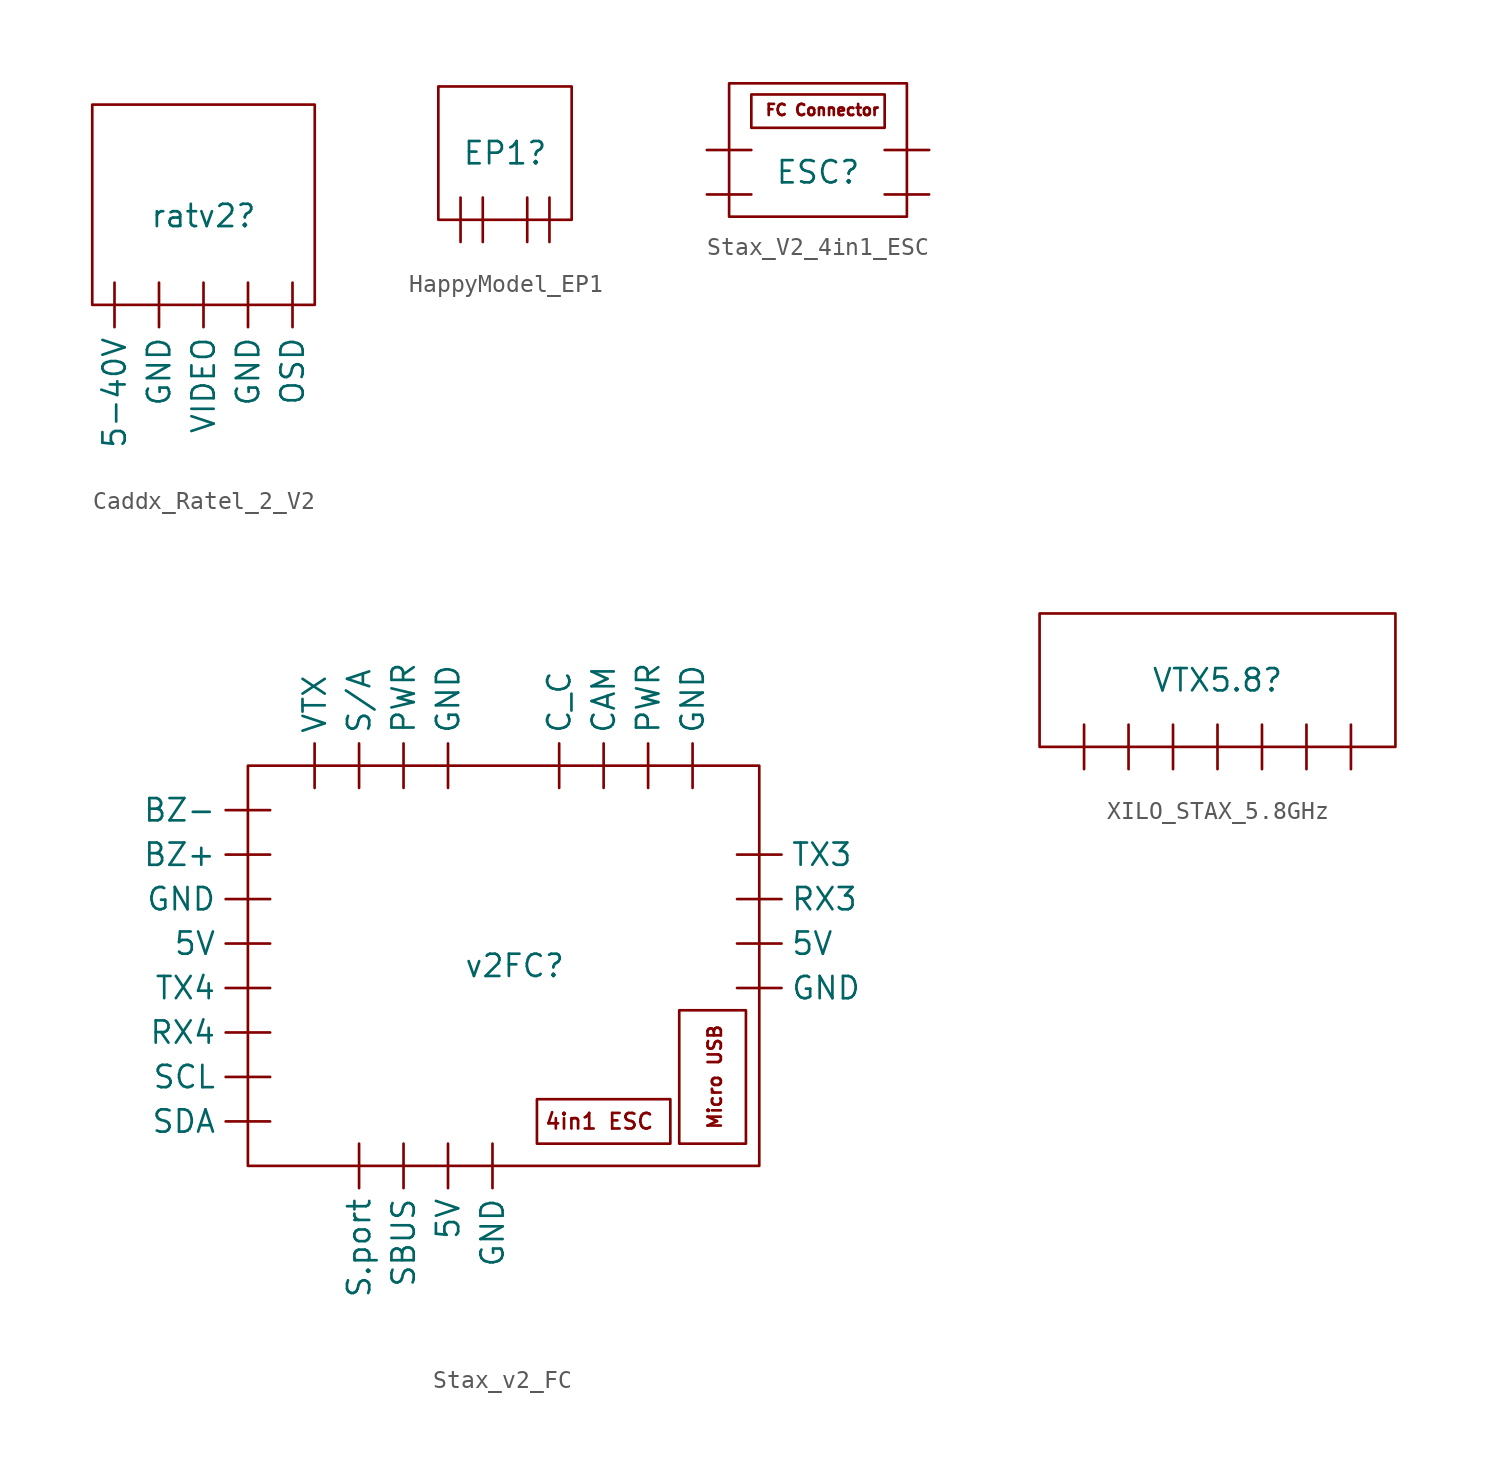
<source format=kicad_sym>
(kicad_symbol_lib
  (version 20241209)
  (generator "kicad_symbol_editor")
  (generator_version "9.0")
  (symbol "Caddx_Ratel_2_V2"
    (property "Reference" "ratv2"
      (at 0 0 0)
      (effects (font (size 1.27 1.27))))
    (property "Value" ""
      (at 0 0 0)
      (effects (font (size 1.27 1.27))))
    (symbol "Caddx_Ratel_2_V2_0_1"
      (rectangle (start 6.35 -5.08) (end -6.35 6.35) (stroke (width 0) (type default)) (fill (type none))))
    (symbol "Caddx_Ratel_2_V2_1_1"
      (pin power_in line (at -5.08 -3.81 270) (length 2.54) (name "5-40V" (effects (font (size 1.27 1.27)))) (number "" (effects (font (size 1.27 1.27)))))
      (pin passive line (at -2.54 -3.81 270) (length 2.54) (name "GND" (effects (font (size 1.27 1.27)))) (number "" (effects (font (size 1.27 1.27)))))
      (pin output line (at 0 -3.81 270) (length 2.54) (name "VIDEO" (effects (font (size 1.27 1.27)))) (number "" (effects (font (size 1.27 1.27)))))
      (pin passive line (at 2.54 -3.81 270) (length 2.54) (name "GND" (effects (font (size 1.27 1.27)))) (number "" (effects (font (size 1.27 1.27)))))
      (pin output line (at 5.08 -3.81 270) (length 2.54) (name "OSD" (effects (font (size 1.27 1.27)))) (number "" (effects (font (size 1.27 1.27)))))))
  (symbol "HappyModel_EP1"
    (property "Reference" "EP1"
      (at 0 0 0)
      (effects (font (size 1.27 1.27))))
    (property "Value" ""
      (at 0 0 0)
      (effects (font (size 1.27 1.27))))
    (symbol "HappyModel_EP1_0_1"
      (rectangle (start -3.81 3.81) (end 3.81 -3.81) (stroke (width 0) (type default)) (fill (type none))))
    (symbol "HappyModel_EP1_1_1"
      (pin passive line (at -2.54 -2.54 270) (length 2.54) (name "GND" (effects (font (size 0 0)))) (number "" (effects (font (size 1.27 1.27)))))
      (pin power_in line (at -1.27 -2.54 270) (length 2.54) (name "VCC" (effects (font (size 0 0)))) (number "" (effects (font (size 1.27 1.27)))))
      (pin output line (at 1.27 -2.54 270) (length 2.54) (name "TX" (effects (font (size 0 0)))) (number "" (effects (font (size 1.27 1.27)))))
      (pin input line (at 2.54 -2.54 270) (length 2.54) (name "RX" (effects (font (size 0 0)))) (number "" (effects (font (size 1.27 1.27)))))))
  (symbol "Stax_V2_4in1_ESC"
    (property "Reference" "ESC"
      (at 0 0 0)
      (effects (font (size 1.27 1.27))))
    (property "Value" ""
      (at 0 0 0)
      (effects (font (size 1.27 1.27))))
    (symbol "Stax_V2_4in1_ESC_0_1"
      (rectangle (start -5.08 5.08) (end 5.08 -2.54) (stroke (width 0) (type default)) (fill (type none)))
      (rectangle (start -3.81 4.445) (end 3.81 2.54) (stroke (width 0) (type default)) (fill (type none))))
    (symbol "Stax_V2_4in1_ESC_1_1"
      (text "FC Connector\n" (at 0.254 3.556 0) (effects (font (size 0.635 0.635))))
      (pin output line (at -3.81 1.27 180) (length 2.54) (name "Motor_4" (effects (font (size 0 0)))) (number "" (effects (font (size 1.27 1.27)))))
      (pin output line (at -3.81 -1.27 180) (length 2.54) (name "Motor_3" (effects (font (size 0 0)))) (number "" (effects (font (size 1.27 1.27)))))
      (pin output line (at 3.81 1.27 0) (length 2.54) (name "Motor_1" (effects (font (size 0 0)))) (number "" (effects (font (size 1.27 1.27)))))
      (pin output line (at 3.81 -1.27 0) (length 2.54) (name "Motor_2" (effects (font (size 0 0)))) (number "" (effects (font (size 1.27 1.27)))))))
  (symbol "Stax_v2_FC"
    (property "Reference" "v2FC"
      (at 0 0 0)
      (effects (font (size 1.27 1.27))))
    (property "Value" ""
      (at 0 0 0)
      (effects (font (size 1.27 1.27))))
    (symbol "Stax_v2_FC_0_1"
      (rectangle (start -15.24 11.43) (end 13.97 -11.43) (stroke (width 0) (type default)) (fill (type none)))
      (rectangle (start 8.89 -10.16) (end 1.27 -7.62) (stroke (width 0) (type default)) (fill (type none)))
      (rectangle (start 9.398 -2.54) (end 13.208 -10.16) (stroke (width 0) (type default)) (fill (type none))))
    (symbol "Stax_v2_FC_1_1"
      (text "4in1 ESC" (at 4.826 -8.89 0) (effects (font (size 0.889 0.889))))
      (text "Micro USB" (at 11.43 -6.35 900) (effects (font (size 0.762 0.762))))
      (pin passive line (at -13.97 8.89 180) (length 2.54) (name "BZ-" (effects (font (size 1.27 1.27)))) (number "" (effects (font (size 1.27 1.27)))))
      (pin power_out line (at -13.97 6.35 180) (length 2.54) (name "BZ+" (effects (font (size 1.27 1.27)))) (number "" (effects (font (size 1.27 1.27)))))
      (pin passive line (at -13.97 3.81 180) (length 2.54) (name "GND" (effects (font (size 1.27 1.27)))) (number "" (effects (font (size 1.27 1.27)))))
      (pin power_out line (at -13.97 1.27 180) (length 2.54) (name "5V" (effects (font (size 1.27 1.27)))) (number "" (effects (font (size 1.27 1.27)))))
      (pin output line (at -13.97 -1.27 180) (length 2.54) (name "TX4" (effects (font (size 1.27 1.27)))) (number "" (effects (font (size 1.27 1.27)))))
      (pin input line (at -13.97 -3.81 180) (length 2.54) (name "RX4" (effects (font (size 1.27 1.27)))) (number "" (effects (font (size 1.27 1.27)))))
      (pin output line (at -13.97 -6.35 180) (length 2.54) (name "SCL" (effects (font (size 1.27 1.27)))) (number "" (effects (font (size 1.27 1.27)))))
      (pin bidirectional line (at -13.97 -8.89 180) (length 2.54) (name "SDA" (effects (font (size 1.27 1.27)))) (number "" (effects (font (size 1.27 1.27)))))
      (pin input line (at -11.43 10.16 90) (length 2.54) (name "VTX" (effects (font (size 1.27 1.27)))) (number "" (effects (font (size 1.27 1.27)))))
      (pin input line (at -8.89 10.16 90) (length 2.54) (name "S/A" (effects (font (size 1.27 1.27)))) (number "" (effects (font (size 1.27 1.27)))))
      (pin bidirectional line (at -8.89 -10.16 270) (length 2.54) (name "S.port" (effects (font (size 1.27 1.27)))) (number "" (effects (font (size 1.27 1.27)))))
      (pin power_out line (at -6.35 10.16 90) (length 2.54) (name "PWR" (effects (font (size 1.27 1.27)))) (number "" (effects (font (size 1.27 1.27)))))
      (pin output line (at -6.35 -10.16 270) (length 2.54) (name "SBUS" (effects (font (size 1.27 1.27)))) (number "" (effects (font (size 1.27 1.27)))))
      (pin passive line (at -3.81 10.16 90) (length 2.54) (name "GND" (effects (font (size 1.27 1.27)))) (number "" (effects (font (size 1.27 1.27)))))
      (pin power_out line (at -3.81 -10.16 270) (length 2.54) (name "5V" (effects (font (size 1.27 1.27)))) (number "" (effects (font (size 1.27 1.27)))))
      (pin passive line (at -1.27 -10.16 270) (length 2.54) (name "GND" (effects (font (size 1.27 1.27)))) (number "" (effects (font (size 1.27 1.27)))))
      (pin input line (at 2.54 10.16 90) (length 2.54) (name "C_C" (effects (font (size 1.27 1.27)))) (number "" (effects (font (size 1.27 1.27)))))
      (pin input line (at 5.08 10.16 90) (length 2.54) (name "CAM" (effects (font (size 1.27 1.27)))) (number "" (effects (font (size 1.27 1.27)))))
      (pin power_out line (at 7.62 10.16 90) (length 2.54) (name "PWR" (effects (font (size 1.27 1.27)))) (number "" (effects (font (size 1.27 1.27)))))
      (pin passive line (at 10.16 10.16 90) (length 2.54) (name "GND" (effects (font (size 1.27 1.27)))) (number "" (effects (font (size 1.27 1.27)))))
      (pin output line (at 12.7 6.35 0) (length 2.54) (name "TX3" (effects (font (size 1.27 1.27)))) (number "" (effects (font (size 1.27 1.27)))))
      (pin input line (at 12.7 3.81 0) (length 2.54) (name "RX3" (effects (font (size 1.27 1.27)))) (number "" (effects (font (size 1.27 1.27)))))
      (pin power_out line (at 12.7 1.27 0) (length 2.54) (name "5V" (effects (font (size 1.27 1.27)))) (number "" (effects (font (size 1.27 1.27)))))
      (pin passive line (at 12.7 -1.27 0) (length 2.54) (name "GND" (effects (font (size 1.27 1.27)))) (number "" (effects (font (size 1.27 1.27)))))))
  (symbol "XILO_STAX_5.8GHz"
    (property "Reference" "VTX5.8"
      (at 0 0 0)
      (effects (font (size 1.27 1.27))))
    (property "Value" ""
      (at 0 0 0)
      (effects (font (size 1.27 1.27))))
    (symbol "XILO_STAX_5.8GHz_0_1"
      (rectangle (start -10.16 3.81) (end 10.16 -3.81) (stroke (width 0) (type default)) (fill (type none))))
    (symbol "XILO_STAX_5.8GHz_1_1"
      (pin passive line (at -7.62 -2.54 270) (length 2.54) (name "GND" (effects (font (size 0 0)))) (number "" (effects (font (size 1.27 1.27)))))
      (pin power_out line (at -5.08 -2.54 270) (length 2.54) (name "5V_OUT" (effects (font (size 0 0)))) (number "" (effects (font (size 1.27 1.27)))))
      (pin input line (at -2.54 -2.54 270) (length 2.54) (name "VIDEO" (effects (font (size 0 0)))) (number "" (effects (font (size 1.27 1.27)))))
      (pin input line (at 0 -2.54 270) (length 2.54) (name "AUDIO" (effects (font (size 0 0)))) (number "" (effects (font (size 1.27 1.27)))))
      (pin output line (at 2.54 -2.54 270) (length 2.54) (name "S/A" (effects (font (size 0 0)))) (number "" (effects (font (size 1.27 1.27)))))
      (pin input line (at 5.08 -2.54 270) (length 2.54) (name "VBATT" (effects (font (size 0 0)))) (number "" (effects (font (size 1.27 1.27)))))
      (pin passive line (at 7.62 -2.54 270) (length 2.54) (name "GND" (effects (font (size 0 0)))) (number "" (effects (font (size 1.27 1.27))))))))
</source>
